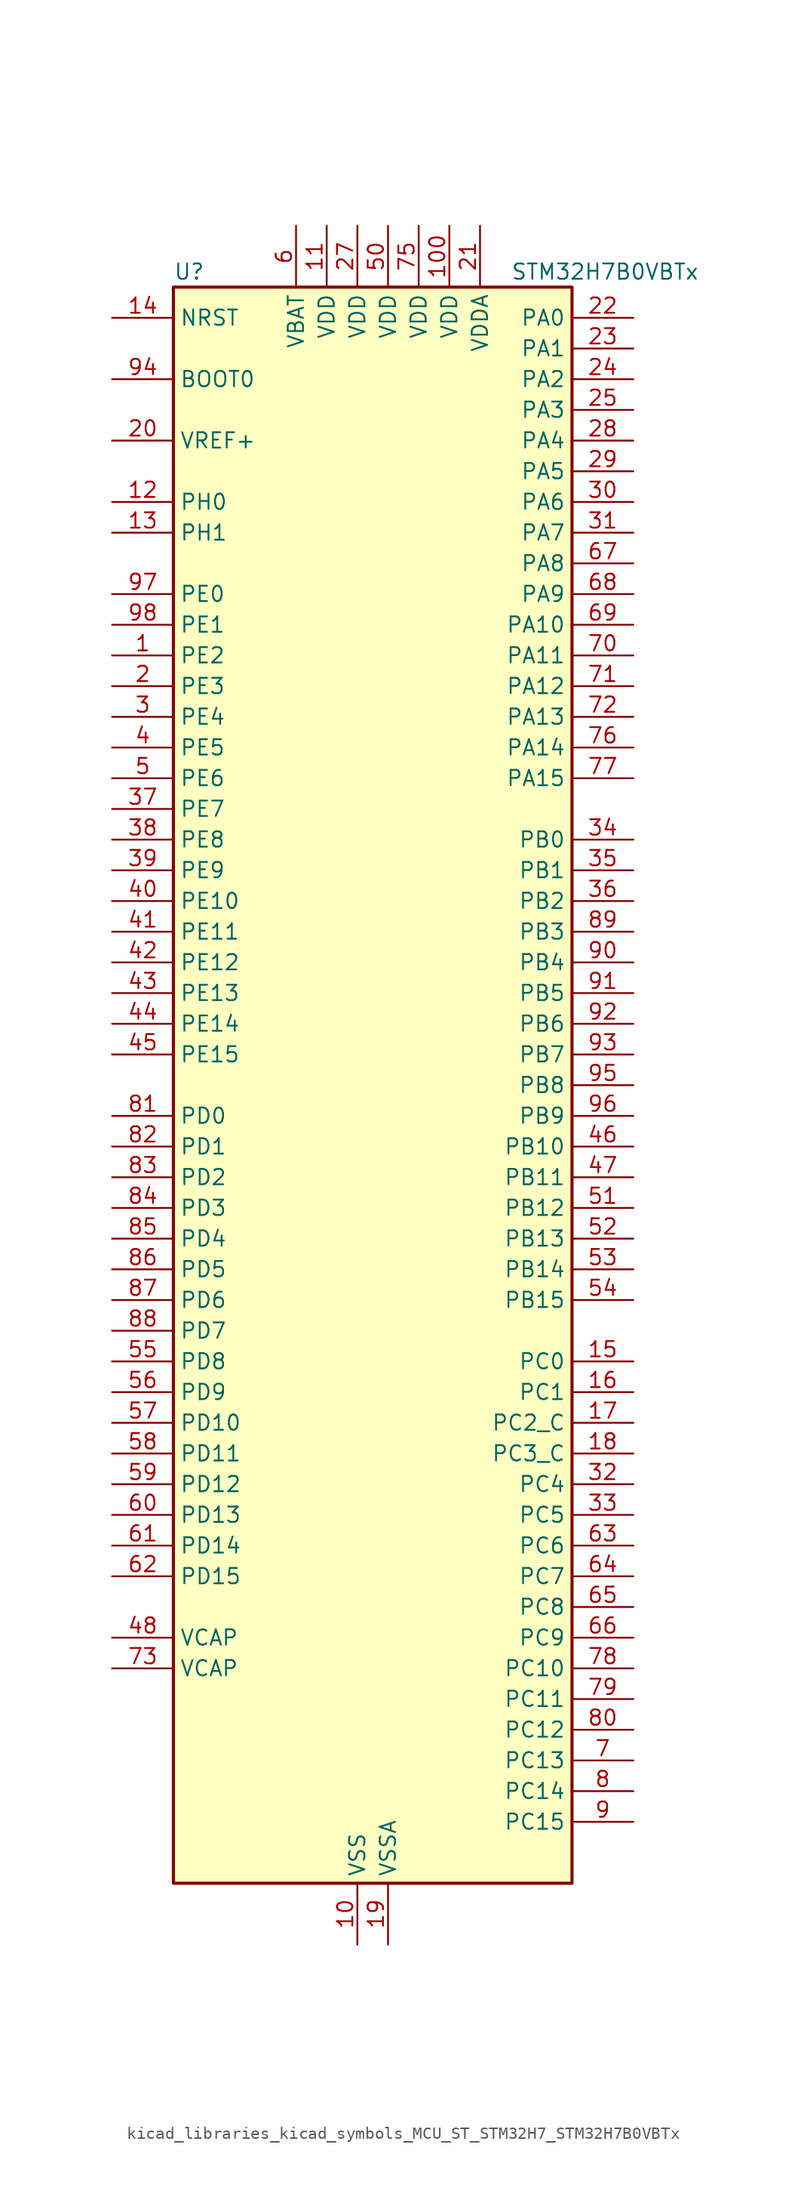
<source format=kicad_sym>
(kicad_symbol_lib
  (version 20220914)
  (generator kicad_symbol_editor)
  (symbol "kicad_libraries_kicad_symbols_MCU_ST_STM32H7_STM32H7B0VBTx"
    (property "Reference" "U"
      (at -15.24 67.31 0)
      (effects (font (size 1.27 1.27)) (justify left)))
    (property "Value" "STM32H7B0VBTx"
      (at 12.7 67.31 0)
      (effects (font (size 1.27 1.27)) (justify left)))
    (property "ki_locked" ""
      (at 0 0 0)
      (effects (font (size 1.27 1.27))))
    (symbol "kicad_libraries_kicad_symbols_MCU_ST_STM32H7_STM32H7B0VBTx_0_1"
      (rectangle (start -15.24 -66.04) (end 17.78 66.04) (stroke (width 0.254) (type default)) (fill (type background))))
    (symbol "kicad_libraries_kicad_symbols_MCU_ST_STM32H7_STM32H7B0VBTx_1_1"
      (pin bidirectional line (at -20.32 35.56 0) (length 5.08) (name "PE2" (effects (font (size 1.27 1.27)))) (number "1" (effects (font (size 1.27 1.27)))) (alternate "DEBUG_TRACECLK" bidirectional line) (alternate "FMC_A23" bidirectional line) (alternate "OCTOSPIM_P1_IO2" bidirectional line) (alternate "SAI1_CK1" bidirectional line) (alternate "SAI1_MCLK_A" bidirectional line) (alternate "SPI4_SCK" bidirectional line) (alternate "USART10_RX" bidirectional line))
      (pin power_in line (at 0 -71.12 90) (length 5.08) (name "VSS" (effects (font (size 1.27 1.27)))) (number "10" (effects (font (size 1.27 1.27)))))
      (pin power_in line (at 7.62 71.12 270) (length 5.08) (name "VDD" (effects (font (size 1.27 1.27)))) (number "100" (effects (font (size 1.27 1.27)))))
      (pin power_in line (at -2.54 71.12 270) (length 5.08) (name "VDD" (effects (font (size 1.27 1.27)))) (number "11" (effects (font (size 1.27 1.27)))))
      (pin bidirectional line (at -20.32 48.26 0) (length 5.08) (name "PH0" (effects (font (size 1.27 1.27)))) (number "12" (effects (font (size 1.27 1.27)))) (alternate "RCC_OSC_IN" bidirectional line))
      (pin bidirectional line (at -20.32 45.72 0) (length 5.08) (name "PH1" (effects (font (size 1.27 1.27)))) (number "13" (effects (font (size 1.27 1.27)))) (alternate "RCC_OSC_OUT" bidirectional line))
      (pin input line (at -20.32 63.5 0) (length 5.08) (name "NRST" (effects (font (size 1.27 1.27)))) (number "14" (effects (font (size 1.27 1.27)))))
      (pin bidirectional line (at 22.86 -22.86 180) (length 5.08) (name "PC0" (effects (font (size 1.27 1.27)))) (number "15" (effects (font (size 1.27 1.27)))) (alternate "ADC1_INP10" bidirectional line) (alternate "ADC2_INP10" bidirectional line) (alternate "DFSDM1_CKIN0" bidirectional line) (alternate "DFSDM1_DATIN4" bidirectional line) (alternate "FMC_A25" bidirectional line) (alternate "FMC_SDNWE" bidirectional line) (alternate "LTDC_G2" bidirectional line) (alternate "LTDC_R5" bidirectional line) (alternate "SAI2_FS_B" bidirectional line) (alternate "USB_OTG_HS_ULPI_STP" bidirectional line))
      (pin bidirectional line (at 22.86 -25.4 180) (length 5.08) (name "PC1" (effects (font (size 1.27 1.27)))) (number "16" (effects (font (size 1.27 1.27)))) (alternate "ADC1_INN10" bidirectional line) (alternate "ADC1_INP11" bidirectional line) (alternate "ADC2_INN10" bidirectional line) (alternate "ADC2_INP11" bidirectional line) (alternate "DEBUG_TRACED0" bidirectional line) (alternate "DFSDM1_CKIN4" bidirectional line) (alternate "DFSDM1_DATIN0" bidirectional line) (alternate "I2S2_SDO" bidirectional line) (alternate "LTDC_G5" bidirectional line) (alternate "MDIOS_MDC" bidirectional line) (alternate "OCTOSPIM_P1_IO4" bidirectional line) (alternate "PWR_WKUP6" bidirectional line) (alternate "RTC_TAMP3" bidirectional line) (alternate "SAI1_D1" bidirectional line) (alternate "SAI1_SD_A" bidirectional line) (alternate "SDMMC2_CK" bidirectional line) (alternate "SPI2_MOSI" bidirectional line))
      (pin bidirectional line (at 22.86 -27.94 180) (length 5.08) (name "PC2_C" (effects (font (size 1.27 1.27)))) (number "17" (effects (font (size 1.27 1.27)))) (alternate "ADC2_INN1" bidirectional line) (alternate "ADC2_INP0" bidirectional line) (alternate "DFSDM1_CKIN1" bidirectional line) (alternate "DFSDM1_CKOUT" bidirectional line) (alternate "FMC_SDNE0" bidirectional line) (alternate "I2S2_SDI" bidirectional line) (alternate "OCTOSPIM_P1_IO2" bidirectional line) (alternate "OCTOSPIM_P1_IO5" bidirectional line) (alternate "PWR_CSTOP" bidirectional line) (alternate "SPI2_MISO" bidirectional line) (alternate "USB_OTG_HS_ULPI_DIR" bidirectional line))
      (pin bidirectional line (at 22.86 -30.48 180) (length 5.08) (name "PC3_C" (effects (font (size 1.27 1.27)))) (number "18" (effects (font (size 1.27 1.27)))) (alternate "ADC2_INP1" bidirectional line) (alternate "DFSDM1_DATIN1" bidirectional line) (alternate "FMC_SDCKE0" bidirectional line) (alternate "I2S2_SDO" bidirectional line) (alternate "OCTOSPIM_P1_IO0" bidirectional line) (alternate "OCTOSPIM_P1_IO6" bidirectional line) (alternate "PWR_CSLEEP" bidirectional line) (alternate "SPI2_MOSI" bidirectional line) (alternate "USB_OTG_HS_ULPI_NXT" bidirectional line))
      (pin power_in line (at 2.54 -71.12 90) (length 5.08) (name "VSSA" (effects (font (size 1.27 1.27)))) (number "19" (effects (font (size 1.27 1.27)))))
      (pin bidirectional line (at -20.32 33.02 0) (length 5.08) (name "PE3" (effects (font (size 1.27 1.27)))) (number "2" (effects (font (size 1.27 1.27)))) (alternate "DEBUG_TRACED0" bidirectional line) (alternate "FMC_A19" bidirectional line) (alternate "SAI1_SD_B" bidirectional line) (alternate "TIM15_BKIN" bidirectional line) (alternate "USART10_TX" bidirectional line))
      (pin input line (at -20.32 53.34 0) (length 5.08) (name "VREF+" (effects (font (size 1.27 1.27)))) (number "20" (effects (font (size 1.27 1.27)))) (alternate "VREFBUF_OUT" bidirectional line))
      (pin power_in line (at 10.16 71.12 270) (length 5.08) (name "VDDA" (effects (font (size 1.27 1.27)))) (number "21" (effects (font (size 1.27 1.27)))))
      (pin bidirectional line (at 22.86 63.5 180) (length 5.08) (name "PA0" (effects (font (size 1.27 1.27)))) (number "22" (effects (font (size 1.27 1.27)))) (alternate "ADC1_INP16" bidirectional line) (alternate "I2S6_WS" bidirectional line) (alternate "PWR_WKUP1" bidirectional line) (alternate "SAI2_SD_B" bidirectional line) (alternate "SDMMC2_CMD" bidirectional line) (alternate "SPI6_NSS" bidirectional line) (alternate "TIM15_BKIN" bidirectional line) (alternate "TIM2_CH1" bidirectional line) (alternate "TIM2_ETR" bidirectional line) (alternate "TIM5_CH1" bidirectional line) (alternate "TIM8_ETR" bidirectional line) (alternate "UART4_TX" bidirectional line) (alternate "USART2_CTS" bidirectional line) (alternate "USART2_NSS" bidirectional line))
      (pin bidirectional line (at 22.86 60.96 180) (length 5.08) (name "PA1" (effects (font (size 1.27 1.27)))) (number "23" (effects (font (size 1.27 1.27)))) (alternate "ADC1_INN16" bidirectional line) (alternate "ADC1_INP17" bidirectional line) (alternate "LPTIM3_OUT" bidirectional line) (alternate "LTDC_R2" bidirectional line) (alternate "OCTOSPIM_P1_DQS" bidirectional line) (alternate "OCTOSPIM_P1_IO3" bidirectional line) (alternate "SAI2_MCLK_B" bidirectional line) (alternate "TIM15_CH1N" bidirectional line) (alternate "TIM2_CH2" bidirectional line) (alternate "TIM5_CH2" bidirectional line) (alternate "UART4_RX" bidirectional line) (alternate "USART2_DE" bidirectional line) (alternate "USART2_RTS" bidirectional line))
      (pin bidirectional line (at 22.86 58.42 180) (length 5.08) (name "PA2" (effects (font (size 1.27 1.27)))) (number "24" (effects (font (size 1.27 1.27)))) (alternate "ADC1_INP14" bidirectional line) (alternate "DFSDM2_CKIN1" bidirectional line) (alternate "LTDC_R1" bidirectional line) (alternate "MDIOS_MDIO" bidirectional line) (alternate "PWR_WKUP2" bidirectional line) (alternate "SAI2_SCK_B" bidirectional line) (alternate "TIM15_CH1" bidirectional line) (alternate "TIM2_CH3" bidirectional line) (alternate "TIM5_CH3" bidirectional line) (alternate "USART2_TX" bidirectional line))
      (pin bidirectional line (at 22.86 55.88 180) (length 5.08) (name "PA3" (effects (font (size 1.27 1.27)))) (number "25" (effects (font (size 1.27 1.27)))) (alternate "ADC1_INP15" bidirectional line) (alternate "I2S6_MCK" bidirectional line) (alternate "LTDC_B2" bidirectional line) (alternate "LTDC_B5" bidirectional line) (alternate "OCTOSPIM_P1_CLK" bidirectional line) (alternate "TIM15_CH2" bidirectional line) (alternate "TIM2_CH4" bidirectional line) (alternate "TIM5_CH4" bidirectional line) (alternate "USART2_RX" bidirectional line) (alternate "USB_OTG_HS_ULPI_D0" bidirectional line))
      (pin passive line (at 0 -71.12 90) (length 5.08) hide (name "VSS" (effects (font (size 1.27 1.27)))) (number "26" (effects (font (size 1.27 1.27)))))
      (pin power_in line (at 0 71.12 270) (length 5.08) (name "VDD" (effects (font (size 1.27 1.27)))) (number "27" (effects (font (size 1.27 1.27)))))
      (pin bidirectional line (at 22.86 53.34 180) (length 5.08) (name "PA4" (effects (font (size 1.27 1.27)))) (number "28" (effects (font (size 1.27 1.27)))) (alternate "ADC1_INP18" bidirectional line) (alternate "DAC1_OUT1" bidirectional line) (alternate "DCMI_HSYNC" bidirectional line) (alternate "I2S1_WS" bidirectional line) (alternate "I2S3_WS" bidirectional line) (alternate "I2S6_WS" bidirectional line) (alternate "LTDC_VSYNC" bidirectional line) (alternate "PSSI_DE" bidirectional line) (alternate "SPI1_NSS" bidirectional line) (alternate "SPI3_NSS" bidirectional line) (alternate "SPI6_NSS" bidirectional line) (alternate "TIM5_ETR" bidirectional line) (alternate "USART2_CK" bidirectional line))
      (pin bidirectional line (at 22.86 50.8 180) (length 5.08) (name "PA5" (effects (font (size 1.27 1.27)))) (number "29" (effects (font (size 1.27 1.27)))) (alternate "ADC1_INN18" bidirectional line) (alternate "ADC1_INP19" bidirectional line) (alternate "DAC1_OUT2" bidirectional line) (alternate "I2S1_CK" bidirectional line) (alternate "I2S6_CK" bidirectional line) (alternate "LTDC_R4" bidirectional line) (alternate "PSSI_D14" bidirectional line) (alternate "PWR_NDSTOP2" bidirectional line) (alternate "SPI1_SCK" bidirectional line) (alternate "SPI6_SCK" bidirectional line) (alternate "TIM2_CH1" bidirectional line) (alternate "TIM2_ETR" bidirectional line) (alternate "TIM8_CH1N" bidirectional line) (alternate "USB_OTG_HS_ULPI_CK" bidirectional line))
      (pin bidirectional line (at -20.32 30.48 0) (length 5.08) (name "PE4" (effects (font (size 1.27 1.27)))) (number "3" (effects (font (size 1.27 1.27)))) (alternate "DCMI_D4" bidirectional line) (alternate "DEBUG_TRACED1" bidirectional line) (alternate "DFSDM1_DATIN3" bidirectional line) (alternate "FMC_A20" bidirectional line) (alternate "LTDC_B0" bidirectional line) (alternate "PSSI_D4" bidirectional line) (alternate "SAI1_D2" bidirectional line) (alternate "SAI1_FS_A" bidirectional line) (alternate "SPI4_NSS" bidirectional line) (alternate "TIM15_CH1N" bidirectional line))
      (pin bidirectional line (at 22.86 48.26 180) (length 5.08) (name "PA6" (effects (font (size 1.27 1.27)))) (number "30" (effects (font (size 1.27 1.27)))) (alternate "ADC1_INP3" bidirectional line) (alternate "ADC2_INP3" bidirectional line) (alternate "DAC2_OUT1" bidirectional line) (alternate "DCMI_PIXCLK" bidirectional line) (alternate "I2S1_SDI" bidirectional line) (alternate "I2S6_SDI" bidirectional line) (alternate "LTDC_G2" bidirectional line) (alternate "MDIOS_MDC" bidirectional line) (alternate "OCTOSPIM_P1_IO3" bidirectional line) (alternate "PSSI_PDCK" bidirectional line) (alternate "SPI1_MISO" bidirectional line) (alternate "SPI6_MISO" bidirectional line) (alternate "TIM13_CH1" bidirectional line) (alternate "TIM1_BKIN" bidirectional line) (alternate "TIM1_BKIN_COMP1" bidirectional line) (alternate "TIM1_BKIN_COMP2" bidirectional line) (alternate "TIM3_CH1" bidirectional line) (alternate "TIM8_BKIN" bidirectional line) (alternate "TIM8_BKIN_COMP1" bidirectional line) (alternate "TIM8_BKIN_COMP2" bidirectional line))
      (pin bidirectional line (at 22.86 45.72 180) (length 5.08) (name "PA7" (effects (font (size 1.27 1.27)))) (number "31" (effects (font (size 1.27 1.27)))) (alternate "ADC1_INN3" bidirectional line) (alternate "ADC1_INP7" bidirectional line) (alternate "ADC2_INN3" bidirectional line) (alternate "ADC2_INP7" bidirectional line) (alternate "DFSDM2_DATIN1" bidirectional line) (alternate "FMC_SDNWE" bidirectional line) (alternate "I2S1_SDO" bidirectional line) (alternate "I2S6_SDO" bidirectional line) (alternate "LTDC_VSYNC" bidirectional line) (alternate "OCTOSPIM_P1_IO2" bidirectional line) (alternate "OPAMP1_VINM" bidirectional line) (alternate "SPI1_MOSI" bidirectional line) (alternate "SPI6_MOSI" bidirectional line) (alternate "TIM14_CH1" bidirectional line) (alternate "TIM1_CH1N" bidirectional line) (alternate "TIM3_CH2" bidirectional line) (alternate "TIM8_CH1N" bidirectional line))
      (pin bidirectional line (at 22.86 -33.02 180) (length 5.08) (name "PC4" (effects (font (size 1.27 1.27)))) (number "32" (effects (font (size 1.27 1.27)))) (alternate "ADC1_INP4" bidirectional line) (alternate "ADC2_INP4" bidirectional line) (alternate "COMP1_INM" bidirectional line) (alternate "DFSDM1_CKIN2" bidirectional line) (alternate "FMC_SDNE0" bidirectional line) (alternate "I2S1_MCK" bidirectional line) (alternate "LTDC_R7" bidirectional line) (alternate "OPAMP1_VOUT" bidirectional line) (alternate "SPDIFRX_IN2" bidirectional line))
      (pin bidirectional line (at 22.86 -35.56 180) (length 5.08) (name "PC5" (effects (font (size 1.27 1.27)))) (number "33" (effects (font (size 1.27 1.27)))) (alternate "ADC1_INN4" bidirectional line) (alternate "ADC1_INP8" bidirectional line) (alternate "ADC2_INN4" bidirectional line) (alternate "ADC2_INP8" bidirectional line) (alternate "COMP1_OUT" bidirectional line) (alternate "DFSDM1_DATIN2" bidirectional line) (alternate "FMC_SDCKE0" bidirectional line) (alternate "LTDC_DE" bidirectional line) (alternate "OCTOSPIM_P1_DQS" bidirectional line) (alternate "OPAMP1_VINM" bidirectional line) (alternate "PSSI_D15" bidirectional line) (alternate "SAI1_D3" bidirectional line) (alternate "SPDIFRX_IN3" bidirectional line))
      (pin bidirectional line (at 22.86 20.32 180) (length 5.08) (name "PB0" (effects (font (size 1.27 1.27)))) (number "34" (effects (font (size 1.27 1.27)))) (alternate "ADC1_INN5" bidirectional line) (alternate "ADC1_INP9" bidirectional line) (alternate "ADC2_INN5" bidirectional line) (alternate "ADC2_INP9" bidirectional line) (alternate "COMP1_INP" bidirectional line) (alternate "DFSDM1_CKOUT" bidirectional line) (alternate "DFSDM2_CKOUT" bidirectional line) (alternate "LTDC_G1" bidirectional line) (alternate "LTDC_R3" bidirectional line) (alternate "OCTOSPIM_P1_IO1" bidirectional line) (alternate "OPAMP1_VINP" bidirectional line) (alternate "TIM1_CH2N" bidirectional line) (alternate "TIM3_CH3" bidirectional line) (alternate "TIM8_CH2N" bidirectional line) (alternate "UART4_CTS" bidirectional line) (alternate "USB_OTG_HS_ULPI_D1" bidirectional line))
      (pin bidirectional line (at 22.86 17.78 180) (length 5.08) (name "PB1" (effects (font (size 1.27 1.27)))) (number "35" (effects (font (size 1.27 1.27)))) (alternate "ADC1_INP5" bidirectional line) (alternate "ADC2_INP5" bidirectional line) (alternate "COMP1_INM" bidirectional line) (alternate "DFSDM1_DATIN1" bidirectional line) (alternate "LTDC_G0" bidirectional line) (alternate "LTDC_R6" bidirectional line) (alternate "OCTOSPIM_P1_IO0" bidirectional line) (alternate "TIM1_CH3N" bidirectional line) (alternate "TIM3_CH4" bidirectional line) (alternate "TIM8_CH3N" bidirectional line) (alternate "USB_OTG_HS_ULPI_D2" bidirectional line))
      (pin bidirectional line (at 22.86 15.24 180) (length 5.08) (name "PB2" (effects (font (size 1.27 1.27)))) (number "36" (effects (font (size 1.27 1.27)))) (alternate "COMP1_INP" bidirectional line) (alternate "DFSDM1_CKIN1" bidirectional line) (alternate "I2S3_SDO" bidirectional line) (alternate "OCTOSPIM_P1_CLK" bidirectional line) (alternate "OCTOSPIM_P1_DQS" bidirectional line) (alternate "RTC_OUT_ALARM" bidirectional line) (alternate "RTC_OUT_CALIB" bidirectional line) (alternate "SAI1_D1" bidirectional line) (alternate "SAI1_SD_A" bidirectional line) (alternate "SPI3_MOSI" bidirectional line))
      (pin bidirectional line (at -20.32 22.86 0) (length 5.08) (name "PE7" (effects (font (size 1.27 1.27)))) (number "37" (effects (font (size 1.27 1.27)))) (alternate "COMP2_INM" bidirectional line) (alternate "DFSDM1_DATIN2" bidirectional line) (alternate "FMC_D4" bidirectional line) (alternate "FMC_DA4" bidirectional line) (alternate "OCTOSPIM_P1_IO4" bidirectional line) (alternate "OPAMP2_VOUT" bidirectional line) (alternate "TIM1_ETR" bidirectional line) (alternate "UART7_RX" bidirectional line))
      (pin bidirectional line (at -20.32 20.32 0) (length 5.08) (name "PE8" (effects (font (size 1.27 1.27)))) (number "38" (effects (font (size 1.27 1.27)))) (alternate "COMP2_OUT" bidirectional line) (alternate "DFSDM1_CKIN2" bidirectional line) (alternate "FMC_D5" bidirectional line) (alternate "FMC_DA5" bidirectional line) (alternate "OCTOSPIM_P1_IO5" bidirectional line) (alternate "OPAMP2_VINM" bidirectional line) (alternate "TIM1_CH1N" bidirectional line) (alternate "UART7_TX" bidirectional line))
      (pin bidirectional line (at -20.32 17.78 0) (length 5.08) (name "PE9" (effects (font (size 1.27 1.27)))) (number "39" (effects (font (size 1.27 1.27)))) (alternate "COMP2_INP" bidirectional line) (alternate "DAC1_EXTI9" bidirectional line) (alternate "DFSDM1_CKOUT" bidirectional line) (alternate "FMC_D6" bidirectional line) (alternate "FMC_DA6" bidirectional line) (alternate "OCTOSPIM_P1_IO6" bidirectional line) (alternate "OPAMP2_VINP" bidirectional line) (alternate "TIM1_CH1" bidirectional line) (alternate "UART7_DE" bidirectional line) (alternate "UART7_RTS" bidirectional line))
      (pin bidirectional line (at -20.32 27.94 0) (length 5.08) (name "PE5" (effects (font (size 1.27 1.27)))) (number "4" (effects (font (size 1.27 1.27)))) (alternate "DCMI_D6" bidirectional line) (alternate "DEBUG_TRACED2" bidirectional line) (alternate "DFSDM1_CKIN3" bidirectional line) (alternate "FMC_A21" bidirectional line) (alternate "LTDC_G0" bidirectional line) (alternate "PSSI_D6" bidirectional line) (alternate "SAI1_CK2" bidirectional line) (alternate "SAI1_SCK_A" bidirectional line) (alternate "SPI4_MISO" bidirectional line) (alternate "TIM15_CH1" bidirectional line))
      (pin bidirectional line (at -20.32 15.24 0) (length 5.08) (name "PE10" (effects (font (size 1.27 1.27)))) (number "40" (effects (font (size 1.27 1.27)))) (alternate "COMP2_INM" bidirectional line) (alternate "DFSDM1_DATIN4" bidirectional line) (alternate "FMC_D7" bidirectional line) (alternate "FMC_DA7" bidirectional line) (alternate "OCTOSPIM_P1_IO7" bidirectional line) (alternate "TIM1_CH2N" bidirectional line) (alternate "UART7_CTS" bidirectional line))
      (pin bidirectional line (at -20.32 12.7 0) (length 5.08) (name "PE11" (effects (font (size 1.27 1.27)))) (number "41" (effects (font (size 1.27 1.27)))) (alternate "ADC1_EXTI11" bidirectional line) (alternate "ADC2_EXTI11" bidirectional line) (alternate "COMP2_INP" bidirectional line) (alternate "DFSDM1_CKIN4" bidirectional line) (alternate "FMC_D8" bidirectional line) (alternate "FMC_DA8" bidirectional line) (alternate "LTDC_G3" bidirectional line) (alternate "OCTOSPIM_P1_NCS" bidirectional line) (alternate "SAI2_SD_B" bidirectional line) (alternate "SPI4_NSS" bidirectional line) (alternate "TIM1_CH2" bidirectional line))
      (pin bidirectional line (at -20.32 10.16 0) (length 5.08) (name "PE12" (effects (font (size 1.27 1.27)))) (number "42" (effects (font (size 1.27 1.27)))) (alternate "COMP1_OUT" bidirectional line) (alternate "DFSDM1_DATIN5" bidirectional line) (alternate "FMC_D9" bidirectional line) (alternate "FMC_DA9" bidirectional line) (alternate "LTDC_B4" bidirectional line) (alternate "SAI2_SCK_B" bidirectional line) (alternate "SPI4_SCK" bidirectional line) (alternate "TIM1_CH3N" bidirectional line))
      (pin bidirectional line (at -20.32 7.62 0) (length 5.08) (name "PE13" (effects (font (size 1.27 1.27)))) (number "43" (effects (font (size 1.27 1.27)))) (alternate "COMP2_OUT" bidirectional line) (alternate "DFSDM1_CKIN5" bidirectional line) (alternate "FMC_D10" bidirectional line) (alternate "FMC_DA10" bidirectional line) (alternate "LTDC_DE" bidirectional line) (alternate "SAI2_FS_B" bidirectional line) (alternate "SPI4_MISO" bidirectional line) (alternate "TIM1_CH3" bidirectional line))
      (pin bidirectional line (at -20.32 5.08 0) (length 5.08) (name "PE14" (effects (font (size 1.27 1.27)))) (number "44" (effects (font (size 1.27 1.27)))) (alternate "FMC_D11" bidirectional line) (alternate "FMC_DA11" bidirectional line) (alternate "LTDC_CLK" bidirectional line) (alternate "SAI2_MCLK_B" bidirectional line) (alternate "SPI4_MOSI" bidirectional line) (alternate "TIM1_CH4" bidirectional line))
      (pin bidirectional line (at -20.32 2.54 0) (length 5.08) (name "PE15" (effects (font (size 1.27 1.27)))) (number "45" (effects (font (size 1.27 1.27)))) (alternate "ADC1_EXTI15" bidirectional line) (alternate "ADC2_EXTI15" bidirectional line) (alternate "FMC_D12" bidirectional line) (alternate "FMC_DA12" bidirectional line) (alternate "LTDC_R7" bidirectional line) (alternate "TIM1_BKIN" bidirectional line) (alternate "TIM1_BKIN_COMP1" bidirectional line) (alternate "TIM1_BKIN_COMP2" bidirectional line) (alternate "USART10_CK" bidirectional line))
      (pin bidirectional line (at 22.86 -5.08 180) (length 5.08) (name "PB10" (effects (font (size 1.27 1.27)))) (number "46" (effects (font (size 1.27 1.27)))) (alternate "DFSDM1_DATIN7" bidirectional line) (alternate "I2C2_SCL" bidirectional line) (alternate "I2S2_CK" bidirectional line) (alternate "LPTIM2_IN1" bidirectional line) (alternate "LTDC_G4" bidirectional line) (alternate "OCTOSPIM_P1_NCS" bidirectional line) (alternate "SPI2_SCK" bidirectional line) (alternate "TIM2_CH3" bidirectional line) (alternate "USART3_TX" bidirectional line) (alternate "USB_OTG_HS_ULPI_D3" bidirectional line))
      (pin bidirectional line (at 22.86 -7.62 180) (length 5.08) (name "PB11" (effects (font (size 1.27 1.27)))) (number "47" (effects (font (size 1.27 1.27)))) (alternate "ADC1_EXTI11" bidirectional line) (alternate "ADC2_EXTI11" bidirectional line) (alternate "DFSDM1_CKIN7" bidirectional line) (alternate "I2C2_SDA" bidirectional line) (alternate "LPTIM2_ETR" bidirectional line) (alternate "LTDC_G5" bidirectional line) (alternate "TIM2_CH4" bidirectional line) (alternate "USART3_RX" bidirectional line) (alternate "USB_OTG_HS_ULPI_D4" bidirectional line))
      (pin power_out line (at -20.32 -45.72 0) (length 5.08) (name "VCAP" (effects (font (size 1.27 1.27)))) (number "48" (effects (font (size 1.27 1.27)))))
      (pin passive line (at 0 -71.12 90) (length 5.08) hide (name "VSS" (effects (font (size 1.27 1.27)))) (number "49" (effects (font (size 1.27 1.27)))))
      (pin bidirectional line (at -20.32 25.4 0) (length 5.08) (name "PE6" (effects (font (size 1.27 1.27)))) (number "5" (effects (font (size 1.27 1.27)))) (alternate "DCMI_D7" bidirectional line) (alternate "DEBUG_TRACED3" bidirectional line) (alternate "FMC_A22" bidirectional line) (alternate "LTDC_G1" bidirectional line) (alternate "PSSI_D7" bidirectional line) (alternate "SAI1_D1" bidirectional line) (alternate "SAI1_SD_A" bidirectional line) (alternate "SAI2_MCLK_B" bidirectional line) (alternate "SPI4_MOSI" bidirectional line) (alternate "TIM15_CH2" bidirectional line) (alternate "TIM1_BKIN2" bidirectional line) (alternate "TIM1_BKIN2_COMP1" bidirectional line) (alternate "TIM1_BKIN2_COMP2" bidirectional line))
      (pin power_in line (at 2.54 71.12 270) (length 5.08) (name "VDD" (effects (font (size 1.27 1.27)))) (number "50" (effects (font (size 1.27 1.27)))))
      (pin bidirectional line (at 22.86 -10.16 180) (length 5.08) (name "PB12" (effects (font (size 1.27 1.27)))) (number "51" (effects (font (size 1.27 1.27)))) (alternate "DFSDM1_DATIN1" bidirectional line) (alternate "DFSDM2_DATIN1" bidirectional line) (alternate "FDCAN2_RX" bidirectional line) (alternate "I2C2_SMBA" bidirectional line) (alternate "I2S2_WS" bidirectional line) (alternate "OCTOSPIM_P1_NCLK" bidirectional line) (alternate "SPI2_NSS" bidirectional line) (alternate "TIM1_BKIN" bidirectional line) (alternate "TIM1_BKIN_COMP1" bidirectional line) (alternate "TIM1_BKIN_COMP2" bidirectional line) (alternate "UART5_RX" bidirectional line) (alternate "USART3_CK" bidirectional line) (alternate "USB_OTG_HS_ULPI_D5" bidirectional line))
      (pin bidirectional line (at 22.86 -12.7 180) (length 5.08) (name "PB13" (effects (font (size 1.27 1.27)))) (number "52" (effects (font (size 1.27 1.27)))) (alternate "DCMI_D2" bidirectional line) (alternate "DFSDM1_CKIN1" bidirectional line) (alternate "DFSDM2_CKIN1" bidirectional line) (alternate "FDCAN2_TX" bidirectional line) (alternate "I2S2_CK" bidirectional line) (alternate "LPTIM2_OUT" bidirectional line) (alternate "PSSI_D2" bidirectional line) (alternate "SDMMC1_D0" bidirectional line) (alternate "SPI2_SCK" bidirectional line) (alternate "TIM1_CH1N" bidirectional line) (alternate "UART5_TX" bidirectional line) (alternate "USART3_CTS" bidirectional line) (alternate "USART3_NSS" bidirectional line) (alternate "USB_OTG_HS_ULPI_D6" bidirectional line))
      (pin bidirectional line (at 22.86 -15.24 180) (length 5.08) (name "PB14" (effects (font (size 1.27 1.27)))) (number "53" (effects (font (size 1.27 1.27)))) (alternate "DFSDM1_DATIN2" bidirectional line) (alternate "I2S2_SDI" bidirectional line) (alternate "LTDC_CLK" bidirectional line) (alternate "SDMMC2_D0" bidirectional line) (alternate "SPI2_MISO" bidirectional line) (alternate "TIM12_CH1" bidirectional line) (alternate "TIM1_CH2N" bidirectional line) (alternate "TIM8_CH2N" bidirectional line) (alternate "UART4_DE" bidirectional line) (alternate "UART4_RTS" bidirectional line) (alternate "USART1_TX" bidirectional line) (alternate "USART3_DE" bidirectional line) (alternate "USART3_RTS" bidirectional line))
      (pin bidirectional line (at 22.86 -17.78 180) (length 5.08) (name "PB15" (effects (font (size 1.27 1.27)))) (number "54" (effects (font (size 1.27 1.27)))) (alternate "ADC1_EXTI15" bidirectional line) (alternate "ADC2_EXTI15" bidirectional line) (alternate "DFSDM1_CKIN2" bidirectional line) (alternate "I2S2_SDO" bidirectional line) (alternate "LTDC_G7" bidirectional line) (alternate "RTC_REFIN" bidirectional line) (alternate "SDMMC2_D1" bidirectional line) (alternate "SPI2_MOSI" bidirectional line) (alternate "TIM12_CH2" bidirectional line) (alternate "TIM1_CH3N" bidirectional line) (alternate "TIM8_CH3N" bidirectional line) (alternate "UART4_CTS" bidirectional line) (alternate "USART1_RX" bidirectional line))
      (pin bidirectional line (at -20.32 -22.86 0) (length 5.08) (name "PD8" (effects (font (size 1.27 1.27)))) (number "55" (effects (font (size 1.27 1.27)))) (alternate "DFSDM1_CKIN3" bidirectional line) (alternate "FMC_D13" bidirectional line) (alternate "FMC_DA13" bidirectional line) (alternate "SPDIFRX_IN1" bidirectional line) (alternate "USART3_TX" bidirectional line))
      (pin bidirectional line (at -20.32 -25.4 0) (length 5.08) (name "PD9" (effects (font (size 1.27 1.27)))) (number "56" (effects (font (size 1.27 1.27)))) (alternate "DAC1_EXTI9" bidirectional line) (alternate "DFSDM1_DATIN3" bidirectional line) (alternate "FMC_D14" bidirectional line) (alternate "FMC_DA14" bidirectional line) (alternate "USART3_RX" bidirectional line))
      (pin bidirectional line (at -20.32 -27.94 0) (length 5.08) (name "PD10" (effects (font (size 1.27 1.27)))) (number "57" (effects (font (size 1.27 1.27)))) (alternate "DFSDM1_CKOUT" bidirectional line) (alternate "DFSDM2_CKOUT" bidirectional line) (alternate "FMC_D15" bidirectional line) (alternate "FMC_DA15" bidirectional line) (alternate "LTDC_B3" bidirectional line) (alternate "USART3_CK" bidirectional line))
      (pin bidirectional line (at -20.32 -30.48 0) (length 5.08) (name "PD11" (effects (font (size 1.27 1.27)))) (number "58" (effects (font (size 1.27 1.27)))) (alternate "ADC1_EXTI11" bidirectional line) (alternate "ADC2_EXTI11" bidirectional line) (alternate "FMC_A16" bidirectional line) (alternate "FMC_CLE" bidirectional line) (alternate "I2C4_SMBA" bidirectional line) (alternate "LPTIM2_IN2" bidirectional line) (alternate "OCTOSPIM_P1_IO0" bidirectional line) (alternate "SAI2_SD_A" bidirectional line) (alternate "USART3_CTS" bidirectional line) (alternate "USART3_NSS" bidirectional line))
      (pin bidirectional line (at -20.32 -33.02 0) (length 5.08) (name "PD12" (effects (font (size 1.27 1.27)))) (number "59" (effects (font (size 1.27 1.27)))) (alternate "DCMI_D12" bidirectional line) (alternate "FMC_A17" bidirectional line) (alternate "FMC_ALE" bidirectional line) (alternate "I2C4_SCL" bidirectional line) (alternate "LPTIM1_IN1" bidirectional line) (alternate "LPTIM2_IN1" bidirectional line) (alternate "OCTOSPIM_P1_IO1" bidirectional line) (alternate "PSSI_D12" bidirectional line) (alternate "SAI2_FS_A" bidirectional line) (alternate "TIM4_CH1" bidirectional line) (alternate "USART3_DE" bidirectional line) (alternate "USART3_RTS" bidirectional line))
      (pin power_in line (at -5.08 71.12 270) (length 5.08) (name "VBAT" (effects (font (size 1.27 1.27)))) (number "6" (effects (font (size 1.27 1.27)))))
      (pin bidirectional line (at -20.32 -35.56 0) (length 5.08) (name "PD13" (effects (font (size 1.27 1.27)))) (number "60" (effects (font (size 1.27 1.27)))) (alternate "DCMI_D13" bidirectional line) (alternate "FMC_A18" bidirectional line) (alternate "I2C4_SDA" bidirectional line) (alternate "LPTIM1_OUT" bidirectional line) (alternate "OCTOSPIM_P1_IO3" bidirectional line) (alternate "PSSI_D13" bidirectional line) (alternate "SAI2_SCK_A" bidirectional line) (alternate "TIM4_CH2" bidirectional line) (alternate "UART9_DE" bidirectional line) (alternate "UART9_RTS" bidirectional line))
      (pin bidirectional line (at -20.32 -38.1 0) (length 5.08) (name "PD14" (effects (font (size 1.27 1.27)))) (number "61" (effects (font (size 1.27 1.27)))) (alternate "FMC_D0" bidirectional line) (alternate "FMC_DA0" bidirectional line) (alternate "TIM4_CH3" bidirectional line) (alternate "UART8_CTS" bidirectional line) (alternate "UART9_RX" bidirectional line))
      (pin bidirectional line (at -20.32 -40.64 0) (length 5.08) (name "PD15" (effects (font (size 1.27 1.27)))) (number "62" (effects (font (size 1.27 1.27)))) (alternate "ADC1_EXTI15" bidirectional line) (alternate "ADC2_EXTI15" bidirectional line) (alternate "FMC_D1" bidirectional line) (alternate "FMC_DA1" bidirectional line) (alternate "TIM4_CH4" bidirectional line) (alternate "UART8_DE" bidirectional line) (alternate "UART8_RTS" bidirectional line) (alternate "UART9_TX" bidirectional line))
      (pin bidirectional line (at 22.86 -38.1 180) (length 5.08) (name "PC6" (effects (font (size 1.27 1.27)))) (number "63" (effects (font (size 1.27 1.27)))) (alternate "DCMI_D0" bidirectional line) (alternate "DFSDM1_CKIN3" bidirectional line) (alternate "FMC_NWAIT" bidirectional line) (alternate "I2S2_MCK" bidirectional line) (alternate "LTDC_HSYNC" bidirectional line) (alternate "PSSI_D0" bidirectional line) (alternate "SDMMC1_D0DIR" bidirectional line) (alternate "SDMMC1_D6" bidirectional line) (alternate "SDMMC2_D6" bidirectional line) (alternate "SWPMI1_IO" bidirectional line) (alternate "TIM3_CH1" bidirectional line) (alternate "TIM8_CH1" bidirectional line) (alternate "USART6_TX" bidirectional line))
      (pin bidirectional line (at 22.86 -40.64 180) (length 5.08) (name "PC7" (effects (font (size 1.27 1.27)))) (number "64" (effects (font (size 1.27 1.27)))) (alternate "DCMI_D1" bidirectional line) (alternate "DEBUG_TRGIO" bidirectional line) (alternate "DFSDM1_DATIN3" bidirectional line) (alternate "FMC_NE1" bidirectional line) (alternate "I2S3_MCK" bidirectional line) (alternate "LTDC_G6" bidirectional line) (alternate "PSSI_D1" bidirectional line) (alternate "SDMMC1_D123DIR" bidirectional line) (alternate "SDMMC1_D7" bidirectional line) (alternate "SDMMC2_D7" bidirectional line) (alternate "SWPMI1_TX" bidirectional line) (alternate "TIM3_CH2" bidirectional line) (alternate "TIM8_CH2" bidirectional line) (alternate "USART6_RX" bidirectional line))
      (pin bidirectional line (at 22.86 -43.18 180) (length 5.08) (name "PC8" (effects (font (size 1.27 1.27)))) (number "65" (effects (font (size 1.27 1.27)))) (alternate "DCMI_D2" bidirectional line) (alternate "DEBUG_TRACED1" bidirectional line) (alternate "FMC_INT" bidirectional line) (alternate "FMC_NCE" bidirectional line) (alternate "FMC_NE2" bidirectional line) (alternate "PSSI_D2" bidirectional line) (alternate "SDMMC1_D0" bidirectional line) (alternate "SWPMI1_RX" bidirectional line) (alternate "TIM3_CH3" bidirectional line) (alternate "TIM8_CH3" bidirectional line) (alternate "UART5_DE" bidirectional line) (alternate "UART5_RTS" bidirectional line) (alternate "USART6_CK" bidirectional line))
      (pin bidirectional line (at 22.86 -45.72 180) (length 5.08) (name "PC9" (effects (font (size 1.27 1.27)))) (number "66" (effects (font (size 1.27 1.27)))) (alternate "DAC1_EXTI9" bidirectional line) (alternate "DCMI_D3" bidirectional line) (alternate "I2C3_SDA" bidirectional line) (alternate "I2S_CKIN" bidirectional line) (alternate "LTDC_B2" bidirectional line) (alternate "LTDC_G3" bidirectional line) (alternate "OCTOSPIM_P1_IO0" bidirectional line) (alternate "PSSI_D3" bidirectional line) (alternate "RCC_MCO_2" bidirectional line) (alternate "SDMMC1_D1" bidirectional line) (alternate "SWPMI1_SUSPEND" bidirectional line) (alternate "TIM3_CH4" bidirectional line) (alternate "TIM8_CH4" bidirectional line) (alternate "UART5_CTS" bidirectional line))
      (pin bidirectional line (at 22.86 43.18 180) (length 5.08) (name "PA8" (effects (font (size 1.27 1.27)))) (number "67" (effects (font (size 1.27 1.27)))) (alternate "I2C3_SCL" bidirectional line) (alternate "LTDC_B3" bidirectional line) (alternate "LTDC_R6" bidirectional line) (alternate "RCC_MCO_1" bidirectional line) (alternate "TIM1_CH1" bidirectional line) (alternate "TIM8_BKIN2" bidirectional line) (alternate "TIM8_BKIN2_COMP1" bidirectional line) (alternate "TIM8_BKIN2_COMP2" bidirectional line) (alternate "UART7_RX" bidirectional line) (alternate "USART1_CK" bidirectional line) (alternate "USB_OTG_HS_SOF" bidirectional line))
      (pin bidirectional line (at 22.86 40.64 180) (length 5.08) (name "PA9" (effects (font (size 1.27 1.27)))) (number "68" (effects (font (size 1.27 1.27)))) (alternate "DAC1_EXTI9" bidirectional line) (alternate "DCMI_D0" bidirectional line) (alternate "I2C3_SMBA" bidirectional line) (alternate "I2S2_CK" bidirectional line) (alternate "LPUART1_TX" bidirectional line) (alternate "LTDC_R5" bidirectional line) (alternate "PSSI_D0" bidirectional line) (alternate "SPI2_SCK" bidirectional line) (alternate "TIM1_CH2" bidirectional line) (alternate "USART1_TX" bidirectional line) (alternate "USB_OTG_HS_VBUS" bidirectional line))
      (pin bidirectional line (at 22.86 38.1 180) (length 5.08) (name "PA10" (effects (font (size 1.27 1.27)))) (number "69" (effects (font (size 1.27 1.27)))) (alternate "DCMI_D1" bidirectional line) (alternate "LPUART1_RX" bidirectional line) (alternate "LTDC_B1" bidirectional line) (alternate "LTDC_B4" bidirectional line) (alternate "MDIOS_MDIO" bidirectional line) (alternate "PSSI_D1" bidirectional line) (alternate "TIM1_CH3" bidirectional line) (alternate "USART1_RX" bidirectional line) (alternate "USB_OTG_HS_ID" bidirectional line))
      (pin bidirectional line (at 22.86 -55.88 180) (length 5.08) (name "PC13" (effects (font (size 1.27 1.27)))) (number "7" (effects (font (size 1.27 1.27)))) (alternate "PWR_WKUP4" bidirectional line) (alternate "RTC_OUT_ALARM" bidirectional line) (alternate "RTC_OUT_CALIB" bidirectional line) (alternate "RTC_TAMP1" bidirectional line) (alternate "RTC_TS" bidirectional line))
      (pin bidirectional line (at 22.86 35.56 180) (length 5.08) (name "PA11" (effects (font (size 1.27 1.27)))) (number "70" (effects (font (size 1.27 1.27)))) (alternate "ADC1_EXTI11" bidirectional line) (alternate "ADC2_EXTI11" bidirectional line) (alternate "FDCAN1_RX" bidirectional line) (alternate "I2S2_WS" bidirectional line) (alternate "LPUART1_CTS" bidirectional line) (alternate "LTDC_R4" bidirectional line) (alternate "SPI2_NSS" bidirectional line) (alternate "TIM1_CH4" bidirectional line) (alternate "UART4_RX" bidirectional line) (alternate "USART1_CTS" bidirectional line) (alternate "USART1_NSS" bidirectional line) (alternate "USB_OTG_HS_DM" bidirectional line))
      (pin bidirectional line (at 22.86 33.02 180) (length 5.08) (name "PA12" (effects (font (size 1.27 1.27)))) (number "71" (effects (font (size 1.27 1.27)))) (alternate "FDCAN1_TX" bidirectional line) (alternate "I2S2_CK" bidirectional line) (alternate "LPUART1_DE" bidirectional line) (alternate "LPUART1_RTS" bidirectional line) (alternate "LTDC_R5" bidirectional line) (alternate "SAI2_FS_B" bidirectional line) (alternate "SPI2_SCK" bidirectional line) (alternate "TIM1_ETR" bidirectional line) (alternate "UART4_TX" bidirectional line) (alternate "USART1_DE" bidirectional line) (alternate "USART1_RTS" bidirectional line) (alternate "USB_OTG_HS_DP" bidirectional line))
      (pin bidirectional line (at 22.86 30.48 180) (length 5.08) (name "PA13" (effects (font (size 1.27 1.27)))) (number "72" (effects (font (size 1.27 1.27)))) (alternate "DEBUG_JTMS-SWDIO" bidirectional line))
      (pin power_out line (at -20.32 -48.26 0) (length 5.08) (name "VCAP" (effects (font (size 1.27 1.27)))) (number "73" (effects (font (size 1.27 1.27)))))
      (pin passive line (at 0 -71.12 90) (length 5.08) hide (name "VSS" (effects (font (size 1.27 1.27)))) (number "74" (effects (font (size 1.27 1.27)))))
      (pin power_in line (at 5.08 71.12 270) (length 5.08) (name "VDD" (effects (font (size 1.27 1.27)))) (number "75" (effects (font (size 1.27 1.27)))))
      (pin bidirectional line (at 22.86 27.94 180) (length 5.08) (name "PA14" (effects (font (size 1.27 1.27)))) (number "76" (effects (font (size 1.27 1.27)))) (alternate "DEBUG_JTCK-SWCLK" bidirectional line))
      (pin bidirectional line (at 22.86 25.4 180) (length 5.08) (name "PA15" (effects (font (size 1.27 1.27)))) (number "77" (effects (font (size 1.27 1.27)))) (alternate "ADC1_EXTI15" bidirectional line) (alternate "ADC2_EXTI15" bidirectional line) (alternate "CEC" bidirectional line) (alternate "DEBUG_JTDI" bidirectional line) (alternate "I2S1_WS" bidirectional line) (alternate "I2S3_WS" bidirectional line) (alternate "I2S6_WS" bidirectional line) (alternate "LTDC_B6" bidirectional line) (alternate "LTDC_R3" bidirectional line) (alternate "SPI1_NSS" bidirectional line) (alternate "SPI3_NSS" bidirectional line) (alternate "SPI6_NSS" bidirectional line) (alternate "TIM2_CH1" bidirectional line) (alternate "TIM2_ETR" bidirectional line) (alternate "UART4_DE" bidirectional line) (alternate "UART4_RTS" bidirectional line) (alternate "UART7_TX" bidirectional line))
      (pin bidirectional line (at 22.86 -48.26 180) (length 5.08) (name "PC10" (effects (font (size 1.27 1.27)))) (number "78" (effects (font (size 1.27 1.27)))) (alternate "DCMI_D8" bidirectional line) (alternate "DFSDM1_CKIN5" bidirectional line) (alternate "DFSDM2_CKIN0" bidirectional line) (alternate "I2S3_CK" bidirectional line) (alternate "LTDC_B1" bidirectional line) (alternate "LTDC_R2" bidirectional line) (alternate "OCTOSPIM_P1_IO1" bidirectional line) (alternate "PSSI_D8" bidirectional line) (alternate "SDMMC1_D2" bidirectional line) (alternate "SPI3_SCK" bidirectional line) (alternate "SWPMI1_RX" bidirectional line) (alternate "UART4_TX" bidirectional line) (alternate "USART3_TX" bidirectional line))
      (pin bidirectional line (at 22.86 -50.8 180) (length 5.08) (name "PC11" (effects (font (size 1.27 1.27)))) (number "79" (effects (font (size 1.27 1.27)))) (alternate "ADC1_EXTI11" bidirectional line) (alternate "ADC2_EXTI11" bidirectional line) (alternate "DCMI_D4" bidirectional line) (alternate "DFSDM1_DATIN5" bidirectional line) (alternate "DFSDM2_DATIN0" bidirectional line) (alternate "I2S3_SDI" bidirectional line) (alternate "LTDC_B4" bidirectional line) (alternate "OCTOSPIM_P1_NCS" bidirectional line) (alternate "PSSI_D4" bidirectional line) (alternate "SDMMC1_D3" bidirectional line) (alternate "SPI3_MISO" bidirectional line) (alternate "UART4_RX" bidirectional line) (alternate "USART3_RX" bidirectional line))
      (pin bidirectional line (at 22.86 -58.42 180) (length 5.08) (name "PC14" (effects (font (size 1.27 1.27)))) (number "8" (effects (font (size 1.27 1.27)))) (alternate "RCC_OSC32_IN" bidirectional line))
      (pin bidirectional line (at 22.86 -53.34 180) (length 5.08) (name "PC12" (effects (font (size 1.27 1.27)))) (number "80" (effects (font (size 1.27 1.27)))) (alternate "DCMI_D9" bidirectional line) (alternate "DEBUG_TRACED3" bidirectional line) (alternate "DFSDM2_CKOUT" bidirectional line) (alternate "I2S3_SDO" bidirectional line) (alternate "I2S6_CK" bidirectional line) (alternate "LTDC_R6" bidirectional line) (alternate "PSSI_D9" bidirectional line) (alternate "SDMMC1_CK" bidirectional line) (alternate "SPI3_MOSI" bidirectional line) (alternate "SPI6_SCK" bidirectional line) (alternate "TIM15_CH1" bidirectional line) (alternate "UART5_TX" bidirectional line) (alternate "USART3_CK" bidirectional line))
      (pin bidirectional line (at -20.32 -2.54 0) (length 5.08) (name "PD0" (effects (font (size 1.27 1.27)))) (number "81" (effects (font (size 1.27 1.27)))) (alternate "DFSDM1_CKIN6" bidirectional line) (alternate "FDCAN1_RX" bidirectional line) (alternate "FMC_D2" bidirectional line) (alternate "FMC_DA2" bidirectional line) (alternate "LTDC_B1" bidirectional line) (alternate "UART4_RX" bidirectional line) (alternate "UART9_CTS" bidirectional line))
      (pin bidirectional line (at -20.32 -5.08 0) (length 5.08) (name "PD1" (effects (font (size 1.27 1.27)))) (number "82" (effects (font (size 1.27 1.27)))) (alternate "DFSDM1_DATIN6" bidirectional line) (alternate "FDCAN1_TX" bidirectional line) (alternate "FMC_D3" bidirectional line) (alternate "FMC_DA3" bidirectional line) (alternate "UART4_TX" bidirectional line))
      (pin bidirectional line (at -20.32 -7.62 0) (length 5.08) (name "PD2" (effects (font (size 1.27 1.27)))) (number "83" (effects (font (size 1.27 1.27)))) (alternate "DCMI_D11" bidirectional line) (alternate "DEBUG_TRACED2" bidirectional line) (alternate "LTDC_B2" bidirectional line) (alternate "LTDC_B7" bidirectional line) (alternate "PSSI_D11" bidirectional line) (alternate "SDMMC1_CMD" bidirectional line) (alternate "TIM15_BKIN" bidirectional line) (alternate "TIM3_ETR" bidirectional line) (alternate "UART5_RX" bidirectional line))
      (pin bidirectional line (at -20.32 -10.16 0) (length 5.08) (name "PD3" (effects (font (size 1.27 1.27)))) (number "84" (effects (font (size 1.27 1.27)))) (alternate "DCMI_D5" bidirectional line) (alternate "DFSDM1_CKOUT" bidirectional line) (alternate "FMC_CLK" bidirectional line) (alternate "I2S2_CK" bidirectional line) (alternate "LTDC_G7" bidirectional line) (alternate "PSSI_D5" bidirectional line) (alternate "SPI2_SCK" bidirectional line) (alternate "USART2_CTS" bidirectional line) (alternate "USART2_NSS" bidirectional line))
      (pin bidirectional line (at -20.32 -12.7 0) (length 5.08) (name "PD4" (effects (font (size 1.27 1.27)))) (number "85" (effects (font (size 1.27 1.27)))) (alternate "FMC_NOE" bidirectional line) (alternate "OCTOSPIM_P1_IO4" bidirectional line) (alternate "USART2_DE" bidirectional line) (alternate "USART2_RTS" bidirectional line))
      (pin bidirectional line (at -20.32 -15.24 0) (length 5.08) (name "PD5" (effects (font (size 1.27 1.27)))) (number "86" (effects (font (size 1.27 1.27)))) (alternate "FMC_NWE" bidirectional line) (alternate "OCTOSPIM_P1_IO5" bidirectional line) (alternate "USART2_TX" bidirectional line))
      (pin bidirectional line (at -20.32 -17.78 0) (length 5.08) (name "PD6" (effects (font (size 1.27 1.27)))) (number "87" (effects (font (size 1.27 1.27)))) (alternate "DCMI_D10" bidirectional line) (alternate "DFSDM1_CKIN4" bidirectional line) (alternate "DFSDM1_DATIN1" bidirectional line) (alternate "FMC_NWAIT" bidirectional line) (alternate "I2S3_SDO" bidirectional line) (alternate "LTDC_B2" bidirectional line) (alternate "OCTOSPIM_P1_IO6" bidirectional line) (alternate "PSSI_D10" bidirectional line) (alternate "SAI1_D1" bidirectional line) (alternate "SAI1_SD_A" bidirectional line) (alternate "SDMMC2_CK" bidirectional line) (alternate "SPI3_MOSI" bidirectional line) (alternate "USART2_RX" bidirectional line))
      (pin bidirectional line (at -20.32 -20.32 0) (length 5.08) (name "PD7" (effects (font (size 1.27 1.27)))) (number "88" (effects (font (size 1.27 1.27)))) (alternate "DFSDM1_CKIN1" bidirectional line) (alternate "DFSDM1_DATIN4" bidirectional line) (alternate "FMC_NE1" bidirectional line) (alternate "I2S1_SDO" bidirectional line) (alternate "OCTOSPIM_P1_IO7" bidirectional line) (alternate "SDMMC2_CMD" bidirectional line) (alternate "SPDIFRX_IN0" bidirectional line) (alternate "SPI1_MOSI" bidirectional line) (alternate "USART2_CK" bidirectional line))
      (pin bidirectional line (at 22.86 12.7 180) (length 5.08) (name "PB3" (effects (font (size 1.27 1.27)))) (number "89" (effects (font (size 1.27 1.27)))) (alternate "CRS_SYNC" bidirectional line) (alternate "DEBUG_JTDO-SWO" bidirectional line) (alternate "I2S1_CK" bidirectional line) (alternate "I2S3_CK" bidirectional line) (alternate "I2S6_CK" bidirectional line) (alternate "SDMMC2_D2" bidirectional line) (alternate "SPI1_SCK" bidirectional line) (alternate "SPI3_SCK" bidirectional line) (alternate "SPI6_SCK" bidirectional line) (alternate "TIM2_CH2" bidirectional line) (alternate "UART7_RX" bidirectional line))
      (pin bidirectional line (at 22.86 -60.96 180) (length 5.08) (name "PC15" (effects (font (size 1.27 1.27)))) (number "9" (effects (font (size 1.27 1.27)))) (alternate "ADC1_EXTI15" bidirectional line) (alternate "ADC2_EXTI15" bidirectional line) (alternate "RCC_OSC32_OUT" bidirectional line))
      (pin bidirectional line (at 22.86 10.16 180) (length 5.08) (name "PB4" (effects (font (size 1.27 1.27)))) (number "90" (effects (font (size 1.27 1.27)))) (alternate "DEBUG_JTRST" bidirectional line) (alternate "I2S1_SDI" bidirectional line) (alternate "I2S2_WS" bidirectional line) (alternate "I2S3_SDI" bidirectional line) (alternate "I2S6_SDI" bidirectional line) (alternate "SDMMC2_D3" bidirectional line) (alternate "SPI1_MISO" bidirectional line) (alternate "SPI2_NSS" bidirectional line) (alternate "SPI3_MISO" bidirectional line) (alternate "SPI6_MISO" bidirectional line) (alternate "TIM16_BKIN" bidirectional line) (alternate "TIM3_CH1" bidirectional line) (alternate "UART7_TX" bidirectional line))
      (pin bidirectional line (at 22.86 7.62 180) (length 5.08) (name "PB5" (effects (font (size 1.27 1.27)))) (number "91" (effects (font (size 1.27 1.27)))) (alternate "DCMI_D10" bidirectional line) (alternate "FDCAN2_RX" bidirectional line) (alternate "FMC_SDCKE1" bidirectional line) (alternate "I2C1_SMBA" bidirectional line) (alternate "I2C4_SMBA" bidirectional line) (alternate "I2S1_SDO" bidirectional line) (alternate "I2S3_SDO" bidirectional line) (alternate "I2S6_SDO" bidirectional line) (alternate "LTDC_B5" bidirectional line) (alternate "PSSI_D10" bidirectional line) (alternate "SPI1_MOSI" bidirectional line) (alternate "SPI3_MOSI" bidirectional line) (alternate "SPI6_MOSI" bidirectional line) (alternate "TIM17_BKIN" bidirectional line) (alternate "TIM3_CH2" bidirectional line) (alternate "UART5_RX" bidirectional line) (alternate "USB_OTG_HS_ULPI_D7" bidirectional line))
      (pin bidirectional line (at 22.86 5.08 180) (length 5.08) (name "PB6" (effects (font (size 1.27 1.27)))) (number "92" (effects (font (size 1.27 1.27)))) (alternate "CEC" bidirectional line) (alternate "DCMI_D5" bidirectional line) (alternate "DFSDM1_DATIN5" bidirectional line) (alternate "FDCAN2_TX" bidirectional line) (alternate "FMC_SDNE1" bidirectional line) (alternate "I2C1_SCL" bidirectional line) (alternate "I2C4_SCL" bidirectional line) (alternate "LPUART1_TX" bidirectional line) (alternate "OCTOSPIM_P1_NCS" bidirectional line) (alternate "PSSI_D5" bidirectional line) (alternate "TIM16_CH1N" bidirectional line) (alternate "TIM4_CH1" bidirectional line) (alternate "UART5_TX" bidirectional line) (alternate "USART1_TX" bidirectional line))
      (pin bidirectional line (at 22.86 2.54 180) (length 5.08) (name "PB7" (effects (font (size 1.27 1.27)))) (number "93" (effects (font (size 1.27 1.27)))) (alternate "DCMI_VSYNC" bidirectional line) (alternate "DFSDM1_CKIN5" bidirectional line) (alternate "FMC_NL" bidirectional line) (alternate "I2C1_SDA" bidirectional line) (alternate "I2C4_SDA" bidirectional line) (alternate "LPUART1_RX" bidirectional line) (alternate "PSSI_RDY" bidirectional line) (alternate "PWR_PVD_IN" bidirectional line) (alternate "TIM17_CH1N" bidirectional line) (alternate "TIM4_CH2" bidirectional line) (alternate "USART1_RX" bidirectional line))
      (pin input line (at -20.32 58.42 0) (length 5.08) (name "BOOT0" (effects (font (size 1.27 1.27)))) (number "94" (effects (font (size 1.27 1.27)))))
      (pin bidirectional line (at 22.86 0 180) (length 5.08) (name "PB8" (effects (font (size 1.27 1.27)))) (number "95" (effects (font (size 1.27 1.27)))) (alternate "DCMI_D6" bidirectional line) (alternate "DFSDM1_CKIN7" bidirectional line) (alternate "FDCAN1_RX" bidirectional line) (alternate "I2C1_SCL" bidirectional line) (alternate "I2C4_SCL" bidirectional line) (alternate "LTDC_B6" bidirectional line) (alternate "PSSI_D6" bidirectional line) (alternate "SDMMC1_CKIN" bidirectional line) (alternate "SDMMC1_D4" bidirectional line) (alternate "SDMMC2_D4" bidirectional line) (alternate "TIM16_CH1" bidirectional line) (alternate "TIM4_CH3" bidirectional line) (alternate "UART4_RX" bidirectional line))
      (pin bidirectional line (at 22.86 -2.54 180) (length 5.08) (name "PB9" (effects (font (size 1.27 1.27)))) (number "96" (effects (font (size 1.27 1.27)))) (alternate "DAC1_EXTI9" bidirectional line) (alternate "DCMI_D7" bidirectional line) (alternate "DFSDM1_DATIN7" bidirectional line) (alternate "FDCAN1_TX" bidirectional line) (alternate "I2C1_SDA" bidirectional line) (alternate "I2C4_SDA" bidirectional line) (alternate "I2C4_SMBA" bidirectional line) (alternate "I2S2_WS" bidirectional line) (alternate "LTDC_B7" bidirectional line) (alternate "PSSI_D7" bidirectional line) (alternate "SDMMC1_CDIR" bidirectional line) (alternate "SDMMC1_D5" bidirectional line) (alternate "SDMMC2_D5" bidirectional line) (alternate "SPI2_NSS" bidirectional line) (alternate "TIM17_CH1" bidirectional line) (alternate "TIM4_CH4" bidirectional line) (alternate "UART4_TX" bidirectional line))
      (pin bidirectional line (at -20.32 40.64 0) (length 5.08) (name "PE0" (effects (font (size 1.27 1.27)))) (number "97" (effects (font (size 1.27 1.27)))) (alternate "DCMI_D2" bidirectional line) (alternate "FMC_NBL0" bidirectional line) (alternate "LPTIM1_ETR" bidirectional line) (alternate "LPTIM2_ETR" bidirectional line) (alternate "LTDC_R0" bidirectional line) (alternate "PSSI_D2" bidirectional line) (alternate "SAI2_MCLK_A" bidirectional line) (alternate "TIM4_ETR" bidirectional line) (alternate "UART8_RX" bidirectional line))
      (pin bidirectional line (at -20.32 38.1 0) (length 5.08) (name "PE1" (effects (font (size 1.27 1.27)))) (number "98" (effects (font (size 1.27 1.27)))) (alternate "DCMI_D3" bidirectional line) (alternate "FMC_NBL1" bidirectional line) (alternate "LPTIM1_IN2" bidirectional line) (alternate "LTDC_R6" bidirectional line) (alternate "PSSI_D3" bidirectional line) (alternate "UART8_TX" bidirectional line))
      (pin passive line (at 0 -71.12 90) (length 5.08) hide (name "VSS" (effects (font (size 1.27 1.27)))) (number "99" (effects (font (size 1.27 1.27))))))))
</source>
